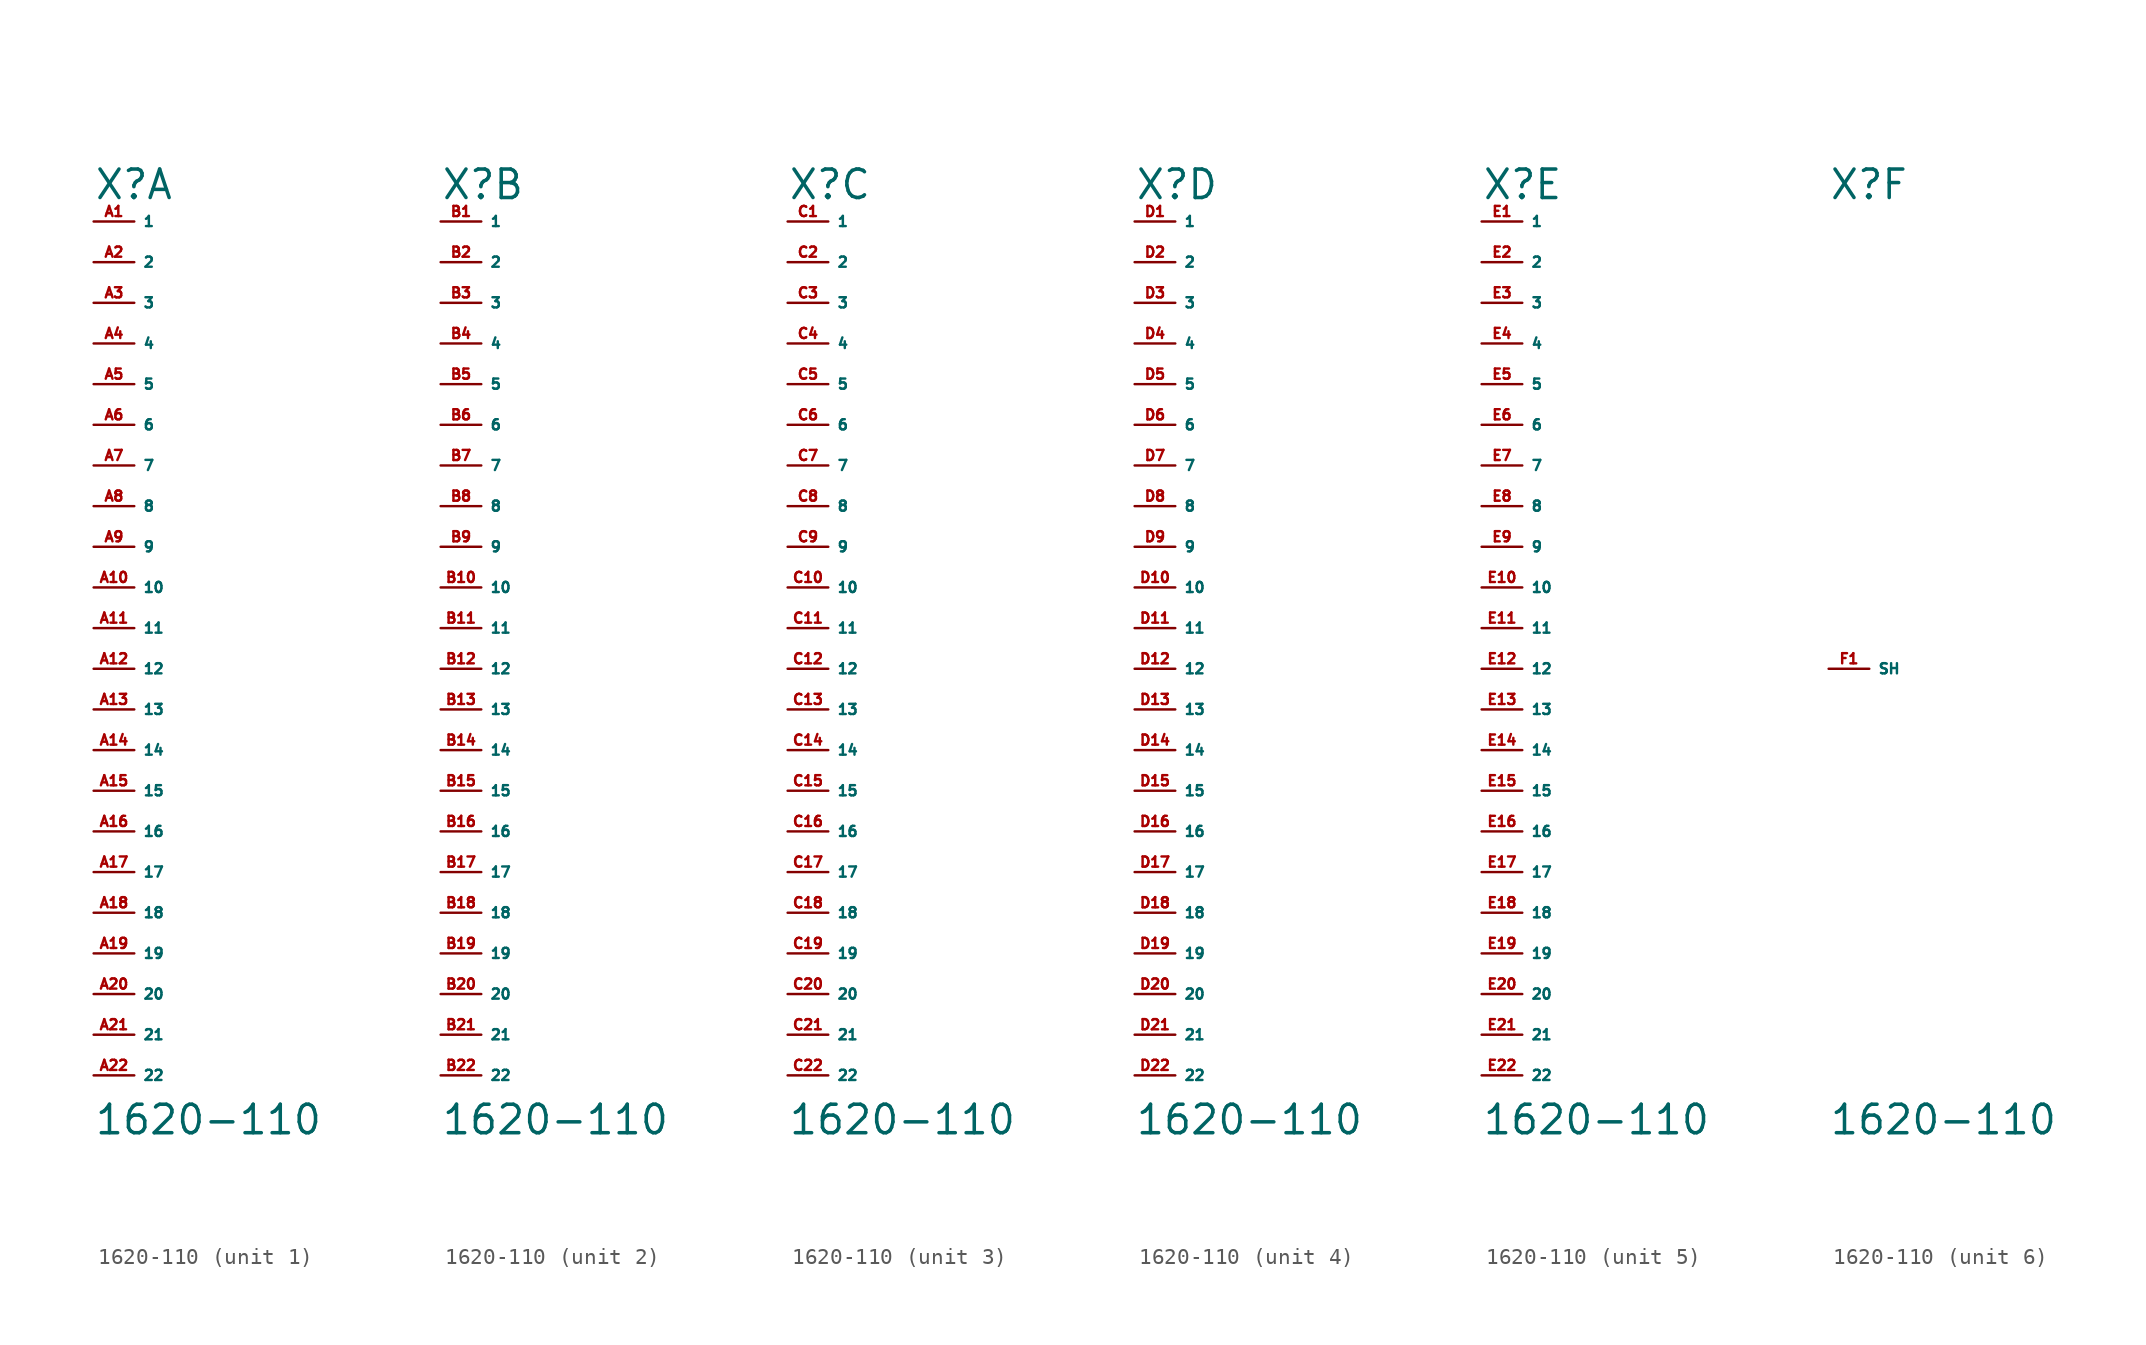
<source format=kicad_sym>
(kicad_symbol_lib
  (version 20220914)
  (generator Eagle2Kicad)
  (symbol "1620-110"
    (property "Reference" "X"
      (at -2.54 29.21 0)
      (effects (font (size 1.778 1.778) (thickness 0.22)) (justify left bottom)))
    (property "Value" "1620-110"
      (at -2.54 -29.21 0)
      (effects (font (size 1.778 1.778) (thickness 0.22)) (justify left bottom)))
    (symbol "1620-110_1_0"
      (pin passive line (at -2.54 27.94 0) (length 2.54) (name "1" (effects (font (size 0.635 0.635) (thickness 0.08)) (justify left bottom))) (number "A1" (effects (font (size 0.635 0.635) (thickness 0.08)) (justify left bottom))))
      (pin passive line (at -2.54 25.4 0) (length 2.54) (name "2" (effects (font (size 0.635 0.635) (thickness 0.08)) (justify left bottom))) (number "A2" (effects (font (size 0.635 0.635) (thickness 0.08)) (justify left bottom))))
      (pin passive line (at -2.54 22.86 0) (length 2.54) (name "3" (effects (font (size 0.635 0.635) (thickness 0.08)) (justify left bottom))) (number "A3" (effects (font (size 0.635 0.635) (thickness 0.08)) (justify left bottom))))
      (pin passive line (at -2.54 20.32 0) (length 2.54) (name "4" (effects (font (size 0.635 0.635) (thickness 0.08)) (justify left bottom))) (number "A4" (effects (font (size 0.635 0.635) (thickness 0.08)) (justify left bottom))))
      (pin passive line (at -2.54 17.78 0) (length 2.54) (name "5" (effects (font (size 0.635 0.635) (thickness 0.08)) (justify left bottom))) (number "A5" (effects (font (size 0.635 0.635) (thickness 0.08)) (justify left bottom))))
      (pin passive line (at -2.54 15.24 0) (length 2.54) (name "6" (effects (font (size 0.635 0.635) (thickness 0.08)) (justify left bottom))) (number "A6" (effects (font (size 0.635 0.635) (thickness 0.08)) (justify left bottom))))
      (pin passive line (at -2.54 12.7 0) (length 2.54) (name "7" (effects (font (size 0.635 0.635) (thickness 0.08)) (justify left bottom))) (number "A7" (effects (font (size 0.635 0.635) (thickness 0.08)) (justify left bottom))))
      (pin passive line (at -2.54 10.16 0) (length 2.54) (name "8" (effects (font (size 0.635 0.635) (thickness 0.08)) (justify left bottom))) (number "A8" (effects (font (size 0.635 0.635) (thickness 0.08)) (justify left bottom))))
      (pin passive line (at -2.54 7.62 0) (length 2.54) (name "9" (effects (font (size 0.635 0.635) (thickness 0.08)) (justify left bottom))) (number "A9" (effects (font (size 0.635 0.635) (thickness 0.08)) (justify left bottom))))
      (pin passive line (at -2.54 5.08 0) (length 2.54) (name "10" (effects (font (size 0.635 0.635) (thickness 0.08)) (justify left bottom))) (number "A10" (effects (font (size 0.635 0.635) (thickness 0.08)) (justify left bottom))))
      (pin passive line (at -2.54 2.54 0) (length 2.54) (name "11" (effects (font (size 0.635 0.635) (thickness 0.08)) (justify left bottom))) (number "A11" (effects (font (size 0.635 0.635) (thickness 0.08)) (justify left bottom))))
      (pin passive line (at -2.54 0 0) (length 2.54) (name "12" (effects (font (size 0.635 0.635) (thickness 0.08)) (justify left bottom))) (number "A12" (effects (font (size 0.635 0.635) (thickness 0.08)) (justify left bottom))))
      (pin passive line (at -2.54 -2.54 0) (length 2.54) (name "13" (effects (font (size 0.635 0.635) (thickness 0.08)) (justify left bottom))) (number "A13" (effects (font (size 0.635 0.635) (thickness 0.08)) (justify left bottom))))
      (pin passive line (at -2.54 -5.08 0) (length 2.54) (name "14" (effects (font (size 0.635 0.635) (thickness 0.08)) (justify left bottom))) (number "A14" (effects (font (size 0.635 0.635) (thickness 0.08)) (justify left bottom))))
      (pin passive line (at -2.54 -7.62 0) (length 2.54) (name "15" (effects (font (size 0.635 0.635) (thickness 0.08)) (justify left bottom))) (number "A15" (effects (font (size 0.635 0.635) (thickness 0.08)) (justify left bottom))))
      (pin passive line (at -2.54 -10.16 0) (length 2.54) (name "16" (effects (font (size 0.635 0.635) (thickness 0.08)) (justify left bottom))) (number "A16" (effects (font (size 0.635 0.635) (thickness 0.08)) (justify left bottom))))
      (pin passive line (at -2.54 -12.7 0) (length 2.54) (name "17" (effects (font (size 0.635 0.635) (thickness 0.08)) (justify left bottom))) (number "A17" (effects (font (size 0.635 0.635) (thickness 0.08)) (justify left bottom))))
      (pin passive line (at -2.54 -15.24 0) (length 2.54) (name "18" (effects (font (size 0.635 0.635) (thickness 0.08)) (justify left bottom))) (number "A18" (effects (font (size 0.635 0.635) (thickness 0.08)) (justify left bottom))))
      (pin passive line (at -2.54 -17.78 0) (length 2.54) (name "19" (effects (font (size 0.635 0.635) (thickness 0.08)) (justify left bottom))) (number "A19" (effects (font (size 0.635 0.635) (thickness 0.08)) (justify left bottom))))
      (pin passive line (at -2.54 -20.32 0) (length 2.54) (name "20" (effects (font (size 0.635 0.635) (thickness 0.08)) (justify left bottom))) (number "A20" (effects (font (size 0.635 0.635) (thickness 0.08)) (justify left bottom))))
      (pin passive line (at -2.54 -22.86 0) (length 2.54) (name "21" (effects (font (size 0.635 0.635) (thickness 0.08)) (justify left bottom))) (number "A21" (effects (font (size 0.635 0.635) (thickness 0.08)) (justify left bottom))))
      (pin passive line (at -2.54 -25.4 0) (length 2.54) (name "22" (effects (font (size 0.635 0.635) (thickness 0.08)) (justify left bottom))) (number "A22" (effects (font (size 0.635 0.635) (thickness 0.08)) (justify left bottom)))))
    (symbol "1620-110_2_0"
      (pin passive line (at -2.54 27.94 0) (length 2.54) (name "1" (effects (font (size 0.635 0.635) (thickness 0.08)) (justify left bottom))) (number "B1" (effects (font (size 0.635 0.635) (thickness 0.08)) (justify left bottom))))
      (pin passive line (at -2.54 25.4 0) (length 2.54) (name "2" (effects (font (size 0.635 0.635) (thickness 0.08)) (justify left bottom))) (number "B2" (effects (font (size 0.635 0.635) (thickness 0.08)) (justify left bottom))))
      (pin passive line (at -2.54 22.86 0) (length 2.54) (name "3" (effects (font (size 0.635 0.635) (thickness 0.08)) (justify left bottom))) (number "B3" (effects (font (size 0.635 0.635) (thickness 0.08)) (justify left bottom))))
      (pin passive line (at -2.54 20.32 0) (length 2.54) (name "4" (effects (font (size 0.635 0.635) (thickness 0.08)) (justify left bottom))) (number "B4" (effects (font (size 0.635 0.635) (thickness 0.08)) (justify left bottom))))
      (pin passive line (at -2.54 17.78 0) (length 2.54) (name "5" (effects (font (size 0.635 0.635) (thickness 0.08)) (justify left bottom))) (number "B5" (effects (font (size 0.635 0.635) (thickness 0.08)) (justify left bottom))))
      (pin passive line (at -2.54 15.24 0) (length 2.54) (name "6" (effects (font (size 0.635 0.635) (thickness 0.08)) (justify left bottom))) (number "B6" (effects (font (size 0.635 0.635) (thickness 0.08)) (justify left bottom))))
      (pin passive line (at -2.54 12.7 0) (length 2.54) (name "7" (effects (font (size 0.635 0.635) (thickness 0.08)) (justify left bottom))) (number "B7" (effects (font (size 0.635 0.635) (thickness 0.08)) (justify left bottom))))
      (pin passive line (at -2.54 10.16 0) (length 2.54) (name "8" (effects (font (size 0.635 0.635) (thickness 0.08)) (justify left bottom))) (number "B8" (effects (font (size 0.635 0.635) (thickness 0.08)) (justify left bottom))))
      (pin passive line (at -2.54 7.62 0) (length 2.54) (name "9" (effects (font (size 0.635 0.635) (thickness 0.08)) (justify left bottom))) (number "B9" (effects (font (size 0.635 0.635) (thickness 0.08)) (justify left bottom))))
      (pin passive line (at -2.54 5.08 0) (length 2.54) (name "10" (effects (font (size 0.635 0.635) (thickness 0.08)) (justify left bottom))) (number "B10" (effects (font (size 0.635 0.635) (thickness 0.08)) (justify left bottom))))
      (pin passive line (at -2.54 2.54 0) (length 2.54) (name "11" (effects (font (size 0.635 0.635) (thickness 0.08)) (justify left bottom))) (number "B11" (effects (font (size 0.635 0.635) (thickness 0.08)) (justify left bottom))))
      (pin passive line (at -2.54 0 0) (length 2.54) (name "12" (effects (font (size 0.635 0.635) (thickness 0.08)) (justify left bottom))) (number "B12" (effects (font (size 0.635 0.635) (thickness 0.08)) (justify left bottom))))
      (pin passive line (at -2.54 -2.54 0) (length 2.54) (name "13" (effects (font (size 0.635 0.635) (thickness 0.08)) (justify left bottom))) (number "B13" (effects (font (size 0.635 0.635) (thickness 0.08)) (justify left bottom))))
      (pin passive line (at -2.54 -5.08 0) (length 2.54) (name "14" (effects (font (size 0.635 0.635) (thickness 0.08)) (justify left bottom))) (number "B14" (effects (font (size 0.635 0.635) (thickness 0.08)) (justify left bottom))))
      (pin passive line (at -2.54 -7.62 0) (length 2.54) (name "15" (effects (font (size 0.635 0.635) (thickness 0.08)) (justify left bottom))) (number "B15" (effects (font (size 0.635 0.635) (thickness 0.08)) (justify left bottom))))
      (pin passive line (at -2.54 -10.16 0) (length 2.54) (name "16" (effects (font (size 0.635 0.635) (thickness 0.08)) (justify left bottom))) (number "B16" (effects (font (size 0.635 0.635) (thickness 0.08)) (justify left bottom))))
      (pin passive line (at -2.54 -12.7 0) (length 2.54) (name "17" (effects (font (size 0.635 0.635) (thickness 0.08)) (justify left bottom))) (number "B17" (effects (font (size 0.635 0.635) (thickness 0.08)) (justify left bottom))))
      (pin passive line (at -2.54 -15.24 0) (length 2.54) (name "18" (effects (font (size 0.635 0.635) (thickness 0.08)) (justify left bottom))) (number "B18" (effects (font (size 0.635 0.635) (thickness 0.08)) (justify left bottom))))
      (pin passive line (at -2.54 -17.78 0) (length 2.54) (name "19" (effects (font (size 0.635 0.635) (thickness 0.08)) (justify left bottom))) (number "B19" (effects (font (size 0.635 0.635) (thickness 0.08)) (justify left bottom))))
      (pin passive line (at -2.54 -20.32 0) (length 2.54) (name "20" (effects (font (size 0.635 0.635) (thickness 0.08)) (justify left bottom))) (number "B20" (effects (font (size 0.635 0.635) (thickness 0.08)) (justify left bottom))))
      (pin passive line (at -2.54 -22.86 0) (length 2.54) (name "21" (effects (font (size 0.635 0.635) (thickness 0.08)) (justify left bottom))) (number "B21" (effects (font (size 0.635 0.635) (thickness 0.08)) (justify left bottom))))
      (pin passive line (at -2.54 -25.4 0) (length 2.54) (name "22" (effects (font (size 0.635 0.635) (thickness 0.08)) (justify left bottom))) (number "B22" (effects (font (size 0.635 0.635) (thickness 0.08)) (justify left bottom)))))
    (symbol "1620-110_3_0"
      (pin passive line (at -2.54 27.94 0) (length 2.54) (name "1" (effects (font (size 0.635 0.635) (thickness 0.08)) (justify left bottom))) (number "C1" (effects (font (size 0.635 0.635) (thickness 0.08)) (justify left bottom))))
      (pin passive line (at -2.54 25.4 0) (length 2.54) (name "2" (effects (font (size 0.635 0.635) (thickness 0.08)) (justify left bottom))) (number "C2" (effects (font (size 0.635 0.635) (thickness 0.08)) (justify left bottom))))
      (pin passive line (at -2.54 22.86 0) (length 2.54) (name "3" (effects (font (size 0.635 0.635) (thickness 0.08)) (justify left bottom))) (number "C3" (effects (font (size 0.635 0.635) (thickness 0.08)) (justify left bottom))))
      (pin passive line (at -2.54 20.32 0) (length 2.54) (name "4" (effects (font (size 0.635 0.635) (thickness 0.08)) (justify left bottom))) (number "C4" (effects (font (size 0.635 0.635) (thickness 0.08)) (justify left bottom))))
      (pin passive line (at -2.54 17.78 0) (length 2.54) (name "5" (effects (font (size 0.635 0.635) (thickness 0.08)) (justify left bottom))) (number "C5" (effects (font (size 0.635 0.635) (thickness 0.08)) (justify left bottom))))
      (pin passive line (at -2.54 15.24 0) (length 2.54) (name "6" (effects (font (size 0.635 0.635) (thickness 0.08)) (justify left bottom))) (number "C6" (effects (font (size 0.635 0.635) (thickness 0.08)) (justify left bottom))))
      (pin passive line (at -2.54 12.7 0) (length 2.54) (name "7" (effects (font (size 0.635 0.635) (thickness 0.08)) (justify left bottom))) (number "C7" (effects (font (size 0.635 0.635) (thickness 0.08)) (justify left bottom))))
      (pin passive line (at -2.54 10.16 0) (length 2.54) (name "8" (effects (font (size 0.635 0.635) (thickness 0.08)) (justify left bottom))) (number "C8" (effects (font (size 0.635 0.635) (thickness 0.08)) (justify left bottom))))
      (pin passive line (at -2.54 7.62 0) (length 2.54) (name "9" (effects (font (size 0.635 0.635) (thickness 0.08)) (justify left bottom))) (number "C9" (effects (font (size 0.635 0.635) (thickness 0.08)) (justify left bottom))))
      (pin passive line (at -2.54 5.08 0) (length 2.54) (name "10" (effects (font (size 0.635 0.635) (thickness 0.08)) (justify left bottom))) (number "C10" (effects (font (size 0.635 0.635) (thickness 0.08)) (justify left bottom))))
      (pin passive line (at -2.54 2.54 0) (length 2.54) (name "11" (effects (font (size 0.635 0.635) (thickness 0.08)) (justify left bottom))) (number "C11" (effects (font (size 0.635 0.635) (thickness 0.08)) (justify left bottom))))
      (pin passive line (at -2.54 0 0) (length 2.54) (name "12" (effects (font (size 0.635 0.635) (thickness 0.08)) (justify left bottom))) (number "C12" (effects (font (size 0.635 0.635) (thickness 0.08)) (justify left bottom))))
      (pin passive line (at -2.54 -2.54 0) (length 2.54) (name "13" (effects (font (size 0.635 0.635) (thickness 0.08)) (justify left bottom))) (number "C13" (effects (font (size 0.635 0.635) (thickness 0.08)) (justify left bottom))))
      (pin passive line (at -2.54 -5.08 0) (length 2.54) (name "14" (effects (font (size 0.635 0.635) (thickness 0.08)) (justify left bottom))) (number "C14" (effects (font (size 0.635 0.635) (thickness 0.08)) (justify left bottom))))
      (pin passive line (at -2.54 -7.62 0) (length 2.54) (name "15" (effects (font (size 0.635 0.635) (thickness 0.08)) (justify left bottom))) (number "C15" (effects (font (size 0.635 0.635) (thickness 0.08)) (justify left bottom))))
      (pin passive line (at -2.54 -10.16 0) (length 2.54) (name "16" (effects (font (size 0.635 0.635) (thickness 0.08)) (justify left bottom))) (number "C16" (effects (font (size 0.635 0.635) (thickness 0.08)) (justify left bottom))))
      (pin passive line (at -2.54 -12.7 0) (length 2.54) (name "17" (effects (font (size 0.635 0.635) (thickness 0.08)) (justify left bottom))) (number "C17" (effects (font (size 0.635 0.635) (thickness 0.08)) (justify left bottom))))
      (pin passive line (at -2.54 -15.24 0) (length 2.54) (name "18" (effects (font (size 0.635 0.635) (thickness 0.08)) (justify left bottom))) (number "C18" (effects (font (size 0.635 0.635) (thickness 0.08)) (justify left bottom))))
      (pin passive line (at -2.54 -17.78 0) (length 2.54) (name "19" (effects (font (size 0.635 0.635) (thickness 0.08)) (justify left bottom))) (number "C19" (effects (font (size 0.635 0.635) (thickness 0.08)) (justify left bottom))))
      (pin passive line (at -2.54 -20.32 0) (length 2.54) (name "20" (effects (font (size 0.635 0.635) (thickness 0.08)) (justify left bottom))) (number "C20" (effects (font (size 0.635 0.635) (thickness 0.08)) (justify left bottom))))
      (pin passive line (at -2.54 -22.86 0) (length 2.54) (name "21" (effects (font (size 0.635 0.635) (thickness 0.08)) (justify left bottom))) (number "C21" (effects (font (size 0.635 0.635) (thickness 0.08)) (justify left bottom))))
      (pin passive line (at -2.54 -25.4 0) (length 2.54) (name "22" (effects (font (size 0.635 0.635) (thickness 0.08)) (justify left bottom))) (number "C22" (effects (font (size 0.635 0.635) (thickness 0.08)) (justify left bottom)))))
    (symbol "1620-110_4_0"
      (pin passive line (at -2.54 27.94 0) (length 2.54) (name "1" (effects (font (size 0.635 0.635) (thickness 0.08)) (justify left bottom))) (number "D1" (effects (font (size 0.635 0.635) (thickness 0.08)) (justify left bottom))))
      (pin passive line (at -2.54 25.4 0) (length 2.54) (name "2" (effects (font (size 0.635 0.635) (thickness 0.08)) (justify left bottom))) (number "D2" (effects (font (size 0.635 0.635) (thickness 0.08)) (justify left bottom))))
      (pin passive line (at -2.54 22.86 0) (length 2.54) (name "3" (effects (font (size 0.635 0.635) (thickness 0.08)) (justify left bottom))) (number "D3" (effects (font (size 0.635 0.635) (thickness 0.08)) (justify left bottom))))
      (pin passive line (at -2.54 20.32 0) (length 2.54) (name "4" (effects (font (size 0.635 0.635) (thickness 0.08)) (justify left bottom))) (number "D4" (effects (font (size 0.635 0.635) (thickness 0.08)) (justify left bottom))))
      (pin passive line (at -2.54 17.78 0) (length 2.54) (name "5" (effects (font (size 0.635 0.635) (thickness 0.08)) (justify left bottom))) (number "D5" (effects (font (size 0.635 0.635) (thickness 0.08)) (justify left bottom))))
      (pin passive line (at -2.54 15.24 0) (length 2.54) (name "6" (effects (font (size 0.635 0.635) (thickness 0.08)) (justify left bottom))) (number "D6" (effects (font (size 0.635 0.635) (thickness 0.08)) (justify left bottom))))
      (pin passive line (at -2.54 12.7 0) (length 2.54) (name "7" (effects (font (size 0.635 0.635) (thickness 0.08)) (justify left bottom))) (number "D7" (effects (font (size 0.635 0.635) (thickness 0.08)) (justify left bottom))))
      (pin passive line (at -2.54 10.16 0) (length 2.54) (name "8" (effects (font (size 0.635 0.635) (thickness 0.08)) (justify left bottom))) (number "D8" (effects (font (size 0.635 0.635) (thickness 0.08)) (justify left bottom))))
      (pin passive line (at -2.54 7.62 0) (length 2.54) (name "9" (effects (font (size 0.635 0.635) (thickness 0.08)) (justify left bottom))) (number "D9" (effects (font (size 0.635 0.635) (thickness 0.08)) (justify left bottom))))
      (pin passive line (at -2.54 5.08 0) (length 2.54) (name "10" (effects (font (size 0.635 0.635) (thickness 0.08)) (justify left bottom))) (number "D10" (effects (font (size 0.635 0.635) (thickness 0.08)) (justify left bottom))))
      (pin passive line (at -2.54 2.54 0) (length 2.54) (name "11" (effects (font (size 0.635 0.635) (thickness 0.08)) (justify left bottom))) (number "D11" (effects (font (size 0.635 0.635) (thickness 0.08)) (justify left bottom))))
      (pin passive line (at -2.54 0 0) (length 2.54) (name "12" (effects (font (size 0.635 0.635) (thickness 0.08)) (justify left bottom))) (number "D12" (effects (font (size 0.635 0.635) (thickness 0.08)) (justify left bottom))))
      (pin passive line (at -2.54 -2.54 0) (length 2.54) (name "13" (effects (font (size 0.635 0.635) (thickness 0.08)) (justify left bottom))) (number "D13" (effects (font (size 0.635 0.635) (thickness 0.08)) (justify left bottom))))
      (pin passive line (at -2.54 -5.08 0) (length 2.54) (name "14" (effects (font (size 0.635 0.635) (thickness 0.08)) (justify left bottom))) (number "D14" (effects (font (size 0.635 0.635) (thickness 0.08)) (justify left bottom))))
      (pin passive line (at -2.54 -7.62 0) (length 2.54) (name "15" (effects (font (size 0.635 0.635) (thickness 0.08)) (justify left bottom))) (number "D15" (effects (font (size 0.635 0.635) (thickness 0.08)) (justify left bottom))))
      (pin passive line (at -2.54 -10.16 0) (length 2.54) (name "16" (effects (font (size 0.635 0.635) (thickness 0.08)) (justify left bottom))) (number "D16" (effects (font (size 0.635 0.635) (thickness 0.08)) (justify left bottom))))
      (pin passive line (at -2.54 -12.7 0) (length 2.54) (name "17" (effects (font (size 0.635 0.635) (thickness 0.08)) (justify left bottom))) (number "D17" (effects (font (size 0.635 0.635) (thickness 0.08)) (justify left bottom))))
      (pin passive line (at -2.54 -15.24 0) (length 2.54) (name "18" (effects (font (size 0.635 0.635) (thickness 0.08)) (justify left bottom))) (number "D18" (effects (font (size 0.635 0.635) (thickness 0.08)) (justify left bottom))))
      (pin passive line (at -2.54 -17.78 0) (length 2.54) (name "19" (effects (font (size 0.635 0.635) (thickness 0.08)) (justify left bottom))) (number "D19" (effects (font (size 0.635 0.635) (thickness 0.08)) (justify left bottom))))
      (pin passive line (at -2.54 -20.32 0) (length 2.54) (name "20" (effects (font (size 0.635 0.635) (thickness 0.08)) (justify left bottom))) (number "D20" (effects (font (size 0.635 0.635) (thickness 0.08)) (justify left bottom))))
      (pin passive line (at -2.54 -22.86 0) (length 2.54) (name "21" (effects (font (size 0.635 0.635) (thickness 0.08)) (justify left bottom))) (number "D21" (effects (font (size 0.635 0.635) (thickness 0.08)) (justify left bottom))))
      (pin passive line (at -2.54 -25.4 0) (length 2.54) (name "22" (effects (font (size 0.635 0.635) (thickness 0.08)) (justify left bottom))) (number "D22" (effects (font (size 0.635 0.635) (thickness 0.08)) (justify left bottom)))))
    (symbol "1620-110_5_0"
      (pin passive line (at -2.54 27.94 0) (length 2.54) (name "1" (effects (font (size 0.635 0.635) (thickness 0.08)) (justify left bottom))) (number "E1" (effects (font (size 0.635 0.635) (thickness 0.08)) (justify left bottom))))
      (pin passive line (at -2.54 25.4 0) (length 2.54) (name "2" (effects (font (size 0.635 0.635) (thickness 0.08)) (justify left bottom))) (number "E2" (effects (font (size 0.635 0.635) (thickness 0.08)) (justify left bottom))))
      (pin passive line (at -2.54 22.86 0) (length 2.54) (name "3" (effects (font (size 0.635 0.635) (thickness 0.08)) (justify left bottom))) (number "E3" (effects (font (size 0.635 0.635) (thickness 0.08)) (justify left bottom))))
      (pin passive line (at -2.54 20.32 0) (length 2.54) (name "4" (effects (font (size 0.635 0.635) (thickness 0.08)) (justify left bottom))) (number "E4" (effects (font (size 0.635 0.635) (thickness 0.08)) (justify left bottom))))
      (pin passive line (at -2.54 17.78 0) (length 2.54) (name "5" (effects (font (size 0.635 0.635) (thickness 0.08)) (justify left bottom))) (number "E5" (effects (font (size 0.635 0.635) (thickness 0.08)) (justify left bottom))))
      (pin passive line (at -2.54 15.24 0) (length 2.54) (name "6" (effects (font (size 0.635 0.635) (thickness 0.08)) (justify left bottom))) (number "E6" (effects (font (size 0.635 0.635) (thickness 0.08)) (justify left bottom))))
      (pin passive line (at -2.54 12.7 0) (length 2.54) (name "7" (effects (font (size 0.635 0.635) (thickness 0.08)) (justify left bottom))) (number "E7" (effects (font (size 0.635 0.635) (thickness 0.08)) (justify left bottom))))
      (pin passive line (at -2.54 10.16 0) (length 2.54) (name "8" (effects (font (size 0.635 0.635) (thickness 0.08)) (justify left bottom))) (number "E8" (effects (font (size 0.635 0.635) (thickness 0.08)) (justify left bottom))))
      (pin passive line (at -2.54 7.62 0) (length 2.54) (name "9" (effects (font (size 0.635 0.635) (thickness 0.08)) (justify left bottom))) (number "E9" (effects (font (size 0.635 0.635) (thickness 0.08)) (justify left bottom))))
      (pin passive line (at -2.54 5.08 0) (length 2.54) (name "10" (effects (font (size 0.635 0.635) (thickness 0.08)) (justify left bottom))) (number "E10" (effects (font (size 0.635 0.635) (thickness 0.08)) (justify left bottom))))
      (pin passive line (at -2.54 2.54 0) (length 2.54) (name "11" (effects (font (size 0.635 0.635) (thickness 0.08)) (justify left bottom))) (number "E11" (effects (font (size 0.635 0.635) (thickness 0.08)) (justify left bottom))))
      (pin passive line (at -2.54 0 0) (length 2.54) (name "12" (effects (font (size 0.635 0.635) (thickness 0.08)) (justify left bottom))) (number "E12" (effects (font (size 0.635 0.635) (thickness 0.08)) (justify left bottom))))
      (pin passive line (at -2.54 -2.54 0) (length 2.54) (name "13" (effects (font (size 0.635 0.635) (thickness 0.08)) (justify left bottom))) (number "E13" (effects (font (size 0.635 0.635) (thickness 0.08)) (justify left bottom))))
      (pin passive line (at -2.54 -5.08 0) (length 2.54) (name "14" (effects (font (size 0.635 0.635) (thickness 0.08)) (justify left bottom))) (number "E14" (effects (font (size 0.635 0.635) (thickness 0.08)) (justify left bottom))))
      (pin passive line (at -2.54 -7.62 0) (length 2.54) (name "15" (effects (font (size 0.635 0.635) (thickness 0.08)) (justify left bottom))) (number "E15" (effects (font (size 0.635 0.635) (thickness 0.08)) (justify left bottom))))
      (pin passive line (at -2.54 -10.16 0) (length 2.54) (name "16" (effects (font (size 0.635 0.635) (thickness 0.08)) (justify left bottom))) (number "E16" (effects (font (size 0.635 0.635) (thickness 0.08)) (justify left bottom))))
      (pin passive line (at -2.54 -12.7 0) (length 2.54) (name "17" (effects (font (size 0.635 0.635) (thickness 0.08)) (justify left bottom))) (number "E17" (effects (font (size 0.635 0.635) (thickness 0.08)) (justify left bottom))))
      (pin passive line (at -2.54 -15.24 0) (length 2.54) (name "18" (effects (font (size 0.635 0.635) (thickness 0.08)) (justify left bottom))) (number "E18" (effects (font (size 0.635 0.635) (thickness 0.08)) (justify left bottom))))
      (pin passive line (at -2.54 -17.78 0) (length 2.54) (name "19" (effects (font (size 0.635 0.635) (thickness 0.08)) (justify left bottom))) (number "E19" (effects (font (size 0.635 0.635) (thickness 0.08)) (justify left bottom))))
      (pin passive line (at -2.54 -20.32 0) (length 2.54) (name "20" (effects (font (size 0.635 0.635) (thickness 0.08)) (justify left bottom))) (number "E20" (effects (font (size 0.635 0.635) (thickness 0.08)) (justify left bottom))))
      (pin passive line (at -2.54 -22.86 0) (length 2.54) (name "21" (effects (font (size 0.635 0.635) (thickness 0.08)) (justify left bottom))) (number "E21" (effects (font (size 0.635 0.635) (thickness 0.08)) (justify left bottom))))
      (pin passive line (at -2.54 -25.4 0) (length 2.54) (name "22" (effects (font (size 0.635 0.635) (thickness 0.08)) (justify left bottom))) (number "E22" (effects (font (size 0.635 0.635) (thickness 0.08)) (justify left bottom)))))
    (symbol "1620-110_6_0"
      (pin passive line (at -2.54 0 0) (length 2.54) (name "SH" (effects (font (size 0.635 0.635) (thickness 0.08)) (justify left bottom))) (number "F1" (effects (font (size 0.635 0.635) (thickness 0.08)) (justify left bottom)))))))
</source>
